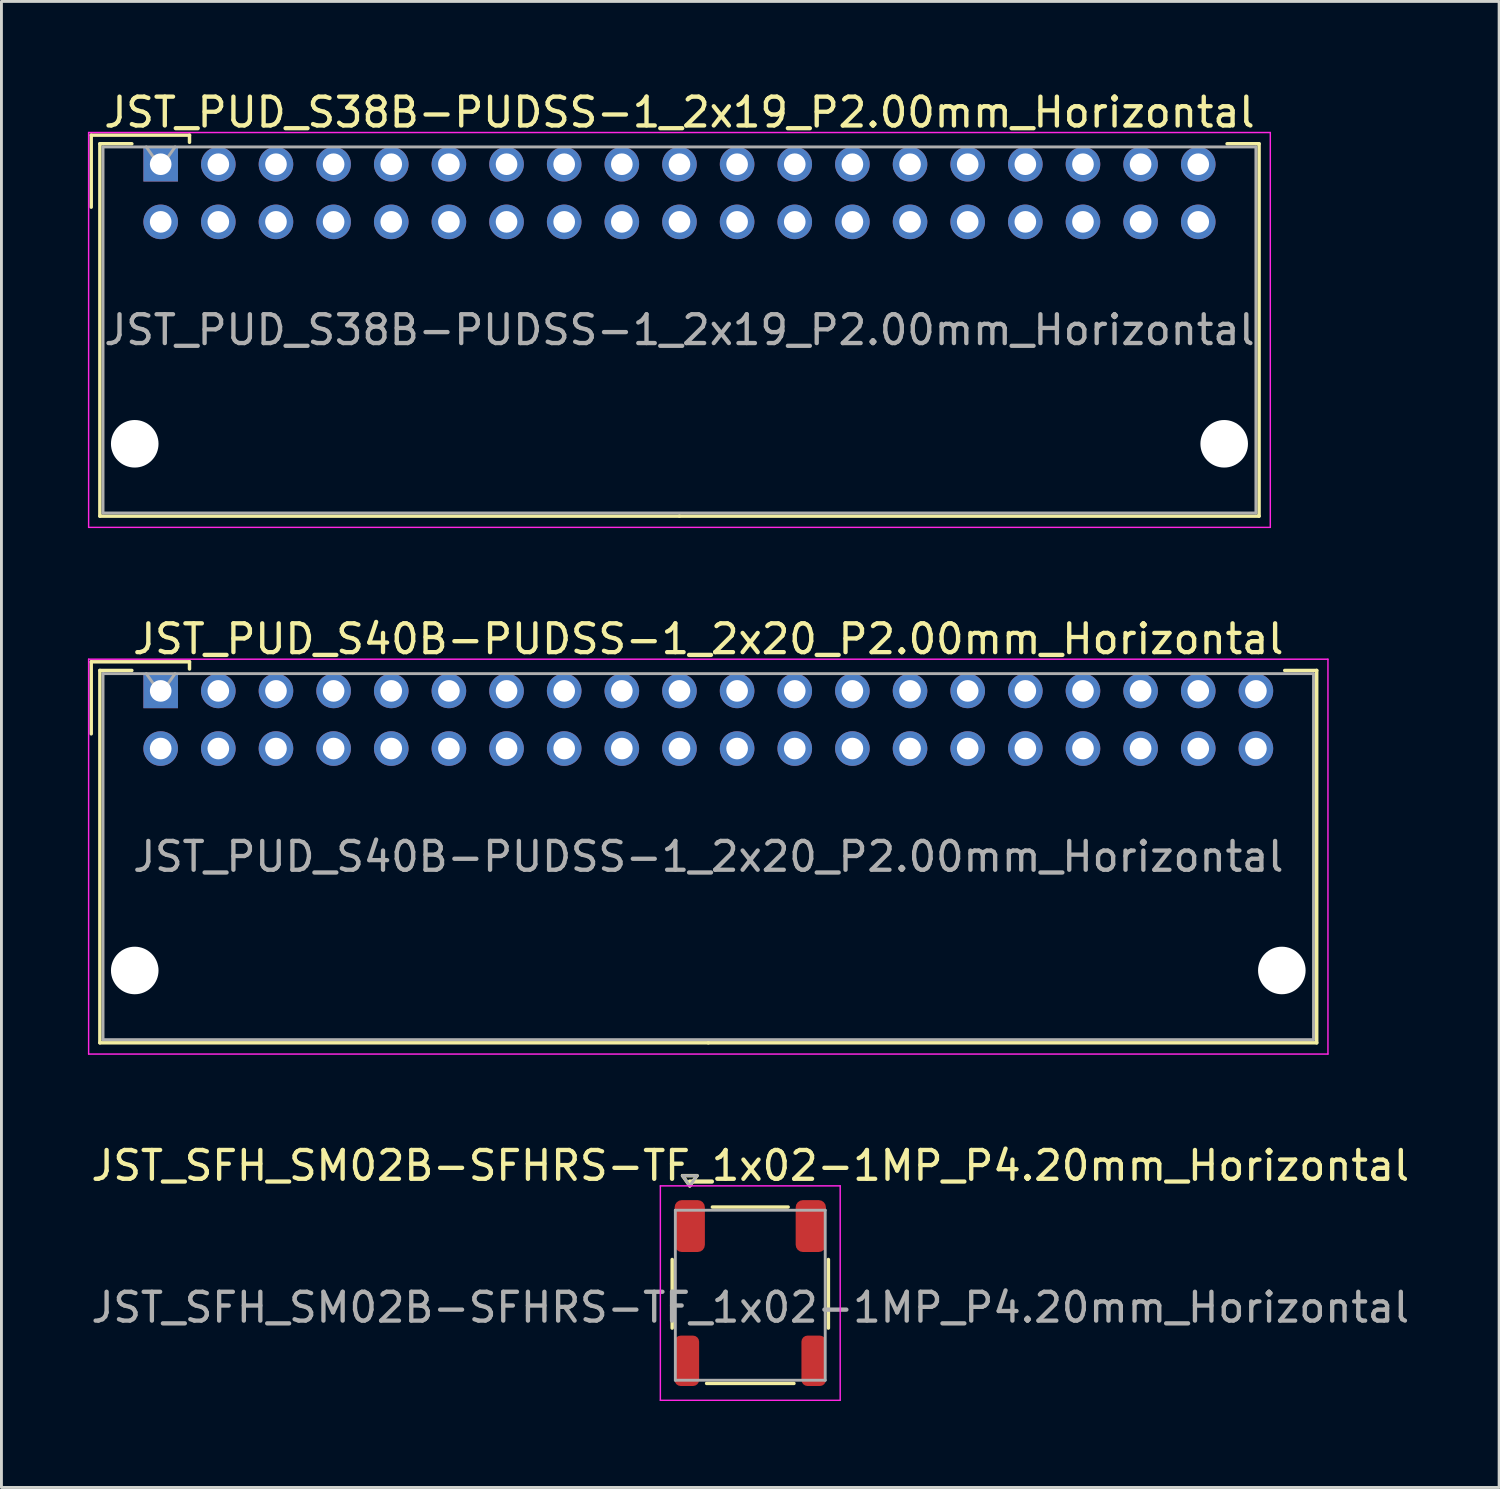
<source format=kicad_pcb>
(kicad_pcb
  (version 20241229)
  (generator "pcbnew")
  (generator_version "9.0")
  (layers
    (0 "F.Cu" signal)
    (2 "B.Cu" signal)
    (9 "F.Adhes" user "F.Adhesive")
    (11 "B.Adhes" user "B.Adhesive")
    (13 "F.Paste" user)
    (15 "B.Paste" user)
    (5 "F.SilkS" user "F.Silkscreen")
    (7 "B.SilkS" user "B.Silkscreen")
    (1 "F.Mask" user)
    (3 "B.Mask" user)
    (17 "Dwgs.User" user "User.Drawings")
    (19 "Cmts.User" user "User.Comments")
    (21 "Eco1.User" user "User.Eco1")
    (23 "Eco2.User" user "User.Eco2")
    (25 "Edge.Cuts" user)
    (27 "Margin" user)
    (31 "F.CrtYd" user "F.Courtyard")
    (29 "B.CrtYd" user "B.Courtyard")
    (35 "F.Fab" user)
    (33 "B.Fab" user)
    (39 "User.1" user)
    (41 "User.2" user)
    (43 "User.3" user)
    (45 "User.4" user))
  (footprint "JST_SFH_SM02B-SFHRS-TF_1x02-1MP_P4.20mm_Horizontal"
    (layer "F.Cu")
    (at 22.982 41.815)
    (property "Reference" "JST_SFH_SM02B-SFHRS-TF_1x02-1MP_P4.20mm_Horizontal" (at 0 -4.42 0) (layer "F.SilkS") (effects (font (size 1 1) (thickness 0.15))))
    (attr smd)
    (fp_line (start -2.71 -1.165) (end -2.71 1.215) (stroke (width 0.12) (type solid)) (layer "F.SilkS"))
    (fp_line (start -2.35 -4.074) (end -2.1 -3.72) (stroke (width 0.12) (type solid)) (layer "F.SilkS"))
    (fp_line (start -2.1 -3.72) (end -1.85 -4.074) (stroke (width 0.12) (type solid)) (layer "F.SilkS"))
    (fp_line (start -1.85 -4.074) (end -2.35 -4.074) (stroke (width 0.12) (type solid)) (layer "F.SilkS"))
    (fp_line (start -1.515 3.135) (end 1.515 3.135) (stroke (width 0.12) (type solid)) (layer "F.SilkS"))
    (fp_line (start -1.315 -2.985) (end 1.315 -2.985) (stroke (width 0.12) (type solid)) (layer "F.SilkS"))
    (fp_line (start 2.71 -1.165) (end 2.71 1.215) (stroke (width 0.12) (type solid)) (layer "F.SilkS"))
    (fp_line (start -3.12 -3.72) (end -3.12 3.72) (stroke (width 0.05) (type solid)) (layer "F.CrtYd"))
    (fp_line (start -3.12 3.72) (end 3.12 3.72) (stroke (width 0.05) (type solid)) (layer "F.CrtYd"))
    (fp_line (start 3.12 -3.72) (end -3.12 -3.72) (stroke (width 0.05) (type solid)) (layer "F.CrtYd"))
    (fp_line (start 3.12 3.72) (end 3.12 -3.72) (stroke (width 0.05) (type solid)) (layer "F.CrtYd"))
    (fp_line (start -2.6 -2.875) (end -2.6 3.025) (stroke (width 0.1) (type solid)) (layer "F.Fab"))
    (fp_line (start -2.6 -2.875) (end 2.6 -2.875) (stroke (width 0.1) (type solid)) (layer "F.Fab"))
    (fp_line (start -2.6 3.025) (end 2.6 3.025) (stroke (width 0.1) (type solid)) (layer "F.Fab"))
    (fp_line (start -2.35 -4.074) (end -2.1 -3.72) (stroke (width 0.1) (type solid)) (layer "F.Fab"))
    (fp_line (start -2.1 -3.72) (end -1.85 -4.074) (stroke (width 0.1) (type solid)) (layer "F.Fab"))
    (fp_line (start -1.85 -4.074) (end -2.35 -4.074) (stroke (width 0.1) (type solid)) (layer "F.Fab"))
    (fp_line (start 2.6 -2.875) (end 2.6 3.025) (stroke (width 0.1) (type solid)) (layer "F.Fab"))
    (fp_text user "${REFERENCE}" (at 0 0.5 0) (layer "F.Fab") (effects (font (size 1 1) (thickness 0.15))))
    (pad "1" smd roundrect (at -2.1 -2.325) (size 1.05 1.8) (layers "F.Cu" "F.Mask" "F.Paste") (roundrect_rratio 0.238))
    (pad "2" smd roundrect (at 2.1 -2.325) (size 1.05 1.8) (layers "F.Cu" "F.Mask" "F.Paste") (roundrect_rratio 0.238))
    (pad "MP" smd roundrect (at -2.2 2.35) (size 0.85 1.75) (layers "F.Cu" "F.Mask" "F.Paste") (roundrect_rratio 0.25))
    (pad "MP" smd roundrect (at 2.2 2.35) (size 0.85 1.75) (layers "F.Cu" "F.Mask" "F.Paste") (roundrect_rratio 0.25)))
  (footprint "JST_PUD_S40B-PUDSS-1_2x20_P2.00mm_Horizontal"
    (layer "F.Cu")
    (at 2.525 20.922)
    (property "Reference" "JST_PUD_S40B-PUDSS-1_2x20_P2.00mm_Horizontal" (at 19 -1.8 0) (layer "F.SilkS") (effects (font (size 1 1) (thickness 0.15))))
    (attr through_hole)
    (fp_line (start -2.41 -1.01) (end -2.41 1.49) (stroke (width 0.12) (type solid)) (layer "F.SilkS"))
    (fp_line (start -2.11 -0.71) (end -2.11 12.21) (stroke (width 0.12) (type solid)) (layer "F.SilkS"))
    (fp_line (start -2.11 12.21) (end 19 12.21) (stroke (width 0.12) (type solid)) (layer "F.SilkS"))
    (fp_line (start -1 -0.71) (end -2.11 -0.71) (stroke (width 0.12) (type solid)) (layer "F.SilkS"))
    (fp_line (start 1 -1.01) (end -2.41 -1.01) (stroke (width 0.12) (type solid)) (layer "F.SilkS"))
    (fp_line (start 1 -0.76) (end 1 -1.01) (stroke (width 0.12) (type solid)) (layer "F.SilkS"))
    (fp_line (start 39 -0.71) (end 40.11 -0.71) (stroke (width 0.12) (type solid)) (layer "F.SilkS"))
    (fp_line (start 40.11 -0.71) (end 40.11 12.21) (stroke (width 0.12) (type solid)) (layer "F.SilkS"))
    (fp_line (start 40.11 12.21) (end 19 12.21) (stroke (width 0.12) (type solid)) (layer "F.SilkS"))
    (fp_line (start -2.5 -1.1) (end -2.5 12.6) (stroke (width 0.05) (type solid)) (layer "F.CrtYd"))
    (fp_line (start -2.5 12.6) (end 40.5 12.6) (stroke (width 0.05) (type solid)) (layer "F.CrtYd"))
    (fp_line (start 40.5 -1.1) (end -2.5 -1.1) (stroke (width 0.05) (type solid)) (layer "F.CrtYd"))
    (fp_line (start 40.5 12.6) (end 40.5 -1.1) (stroke (width 0.05) (type solid)) (layer "F.CrtYd"))
    (fp_line (start -2 -0.6) (end -2 12.1) (stroke (width 0.1) (type solid)) (layer "F.Fab"))
    (fp_line (start -2 12.1) (end 40 12.1) (stroke (width 0.1) (type solid)) (layer "F.Fab"))
    (fp_line (start 0 0.107) (end -0.5 -0.6) (stroke (width 0.1) (type solid)) (layer "F.Fab"))
    (fp_line (start 0.5 -0.6) (end 0 0.107) (stroke (width 0.1) (type solid)) (layer "F.Fab"))
    (fp_line (start 40 -0.6) (end -2 -0.6) (stroke (width 0.1) (type solid)) (layer "F.Fab"))
    (fp_line (start 40 12.1) (end 40 -0.6) (stroke (width 0.1) (type solid)) (layer "F.Fab"))
    (fp_text user "${REFERENCE}" (at 19 5.75 0) (layer "F.Fab") (effects (font (size 1 1) (thickness 0.15))))
    (pad "" np_thru_hole circle (at -0.9 9.7) (size 1.65 1.65) (drill 1.65) (layers "*.Cu" "*.Mask"))
    (pad "" np_thru_hole circle (at 38.9 9.7) (size 1.65 1.65) (drill 1.65) (layers "*.Cu" "*.Mask"))
    (pad "1" thru_hole rect (at 0 0) (size 1.2 1.2) (drill 0.75) (layers "*.Cu" "*.Mask"))
    (pad "2" thru_hole oval (at 0 2) (size 1.2 1.2) (drill 0.75) (layers "*.Cu" "*.Mask"))
    (pad "3" thru_hole oval (at 2 0) (size 1.2 1.2) (drill 0.75) (layers "*.Cu" "*.Mask"))
    (pad "4" thru_hole oval (at 2 2) (size 1.2 1.2) (drill 0.75) (layers "*.Cu" "*.Mask"))
    (pad "5" thru_hole oval (at 4 0) (size 1.2 1.2) (drill 0.75) (layers "*.Cu" "*.Mask"))
    (pad "6" thru_hole oval (at 4 2) (size 1.2 1.2) (drill 0.75) (layers "*.Cu" "*.Mask"))
    (pad "7" thru_hole oval (at 6 0) (size 1.2 1.2) (drill 0.75) (layers "*.Cu" "*.Mask"))
    (pad "8" thru_hole oval (at 6 2) (size 1.2 1.2) (drill 0.75) (layers "*.Cu" "*.Mask"))
    (pad "9" thru_hole oval (at 8 0) (size 1.2 1.2) (drill 0.75) (layers "*.Cu" "*.Mask"))
    (pad "10" thru_hole oval (at 8 2) (size 1.2 1.2) (drill 0.75) (layers "*.Cu" "*.Mask"))
    (pad "11" thru_hole oval (at 10 0) (size 1.2 1.2) (drill 0.75) (layers "*.Cu" "*.Mask"))
    (pad "12" thru_hole oval (at 10 2) (size 1.2 1.2) (drill 0.75) (layers "*.Cu" "*.Mask"))
    (pad "13" thru_hole oval (at 12 0) (size 1.2 1.2) (drill 0.75) (layers "*.Cu" "*.Mask"))
    (pad "14" thru_hole oval (at 12 2) (size 1.2 1.2) (drill 0.75) (layers "*.Cu" "*.Mask"))
    (pad "15" thru_hole oval (at 14 0) (size 1.2 1.2) (drill 0.75) (layers "*.Cu" "*.Mask"))
    (pad "16" thru_hole oval (at 14 2) (size 1.2 1.2) (drill 0.75) (layers "*.Cu" "*.Mask"))
    (pad "17" thru_hole oval (at 16 0) (size 1.2 1.2) (drill 0.75) (layers "*.Cu" "*.Mask"))
    (pad "18" thru_hole oval (at 16 2) (size 1.2 1.2) (drill 0.75) (layers "*.Cu" "*.Mask"))
    (pad "19" thru_hole oval (at 18 0) (size 1.2 1.2) (drill 0.75) (layers "*.Cu" "*.Mask"))
    (pad "20" thru_hole oval (at 18 2) (size 1.2 1.2) (drill 0.75) (layers "*.Cu" "*.Mask"))
    (pad "21" thru_hole oval (at 20 0) (size 1.2 1.2) (drill 0.75) (layers "*.Cu" "*.Mask"))
    (pad "22" thru_hole oval (at 20 2) (size 1.2 1.2) (drill 0.75) (layers "*.Cu" "*.Mask"))
    (pad "23" thru_hole oval (at 22 0) (size 1.2 1.2) (drill 0.75) (layers "*.Cu" "*.Mask"))
    (pad "24" thru_hole oval (at 22 2) (size 1.2 1.2) (drill 0.75) (layers "*.Cu" "*.Mask"))
    (pad "25" thru_hole oval (at 24 0) (size 1.2 1.2) (drill 0.75) (layers "*.Cu" "*.Mask"))
    (pad "26" thru_hole oval (at 24 2) (size 1.2 1.2) (drill 0.75) (layers "*.Cu" "*.Mask"))
    (pad "27" thru_hole oval (at 26 0) (size 1.2 1.2) (drill 0.75) (layers "*.Cu" "*.Mask"))
    (pad "28" thru_hole oval (at 26 2) (size 1.2 1.2) (drill 0.75) (layers "*.Cu" "*.Mask"))
    (pad "29" thru_hole oval (at 28 0) (size 1.2 1.2) (drill 0.75) (layers "*.Cu" "*.Mask"))
    (pad "30" thru_hole oval (at 28 2) (size 1.2 1.2) (drill 0.75) (layers "*.Cu" "*.Mask"))
    (pad "31" thru_hole oval (at 30 0) (size 1.2 1.2) (drill 0.75) (layers "*.Cu" "*.Mask"))
    (pad "32" thru_hole oval (at 30 2) (size 1.2 1.2) (drill 0.75) (layers "*.Cu" "*.Mask"))
    (pad "33" thru_hole oval (at 32 0) (size 1.2 1.2) (drill 0.75) (layers "*.Cu" "*.Mask"))
    (pad "34" thru_hole oval (at 32 2) (size 1.2 1.2) (drill 0.75) (layers "*.Cu" "*.Mask"))
    (pad "35" thru_hole oval (at 34 0) (size 1.2 1.2) (drill 0.75) (layers "*.Cu" "*.Mask"))
    (pad "36" thru_hole oval (at 34 2) (size 1.2 1.2) (drill 0.75) (layers "*.Cu" "*.Mask"))
    (pad "37" thru_hole oval (at 36 0) (size 1.2 1.2) (drill 0.75) (layers "*.Cu" "*.Mask"))
    (pad "38" thru_hole oval (at 36 2) (size 1.2 1.2) (drill 0.75) (layers "*.Cu" "*.Mask"))
    (pad "39" thru_hole oval (at 38 0) (size 1.2 1.2) (drill 0.75) (layers "*.Cu" "*.Mask"))
    (pad "40" thru_hole oval (at 38 2) (size 1.2 1.2) (drill 0.75) (layers "*.Cu" "*.Mask")))
  (footprint "JST_PUD_S38B-PUDSS-1_2x19_P2.00mm_Horizontal"
    (layer "F.Cu")
    (at 2.525 2.648)
    (property "Reference" "JST_PUD_S38B-PUDSS-1_2x19_P2.00mm_Horizontal" (at 18 -1.8 0) (layer "F.SilkS") (effects (font (size 1 1) (thickness 0.15))))
    (attr through_hole)
    (fp_line (start -2.41 -1.01) (end -2.41 1.49) (stroke (width 0.12) (type solid)) (layer "F.SilkS"))
    (fp_line (start -2.11 -0.71) (end -2.11 12.21) (stroke (width 0.12) (type solid)) (layer "F.SilkS"))
    (fp_line (start -2.11 12.21) (end 18 12.21) (stroke (width 0.12) (type solid)) (layer "F.SilkS"))
    (fp_line (start -1 -0.71) (end -2.11 -0.71) (stroke (width 0.12) (type solid)) (layer "F.SilkS"))
    (fp_line (start 1 -1.01) (end -2.41 -1.01) (stroke (width 0.12) (type solid)) (layer "F.SilkS"))
    (fp_line (start 1 -0.76) (end 1 -1.01) (stroke (width 0.12) (type solid)) (layer "F.SilkS"))
    (fp_line (start 37 -0.71) (end 38.11 -0.71) (stroke (width 0.12) (type solid)) (layer "F.SilkS"))
    (fp_line (start 38.11 -0.71) (end 38.11 12.21) (stroke (width 0.12) (type solid)) (layer "F.SilkS"))
    (fp_line (start 38.11 12.21) (end 18 12.21) (stroke (width 0.12) (type solid)) (layer "F.SilkS"))
    (fp_line (start -2.5 -1.1) (end -2.5 12.6) (stroke (width 0.05) (type solid)) (layer "F.CrtYd"))
    (fp_line (start -2.5 12.6) (end 38.5 12.6) (stroke (width 0.05) (type solid)) (layer "F.CrtYd"))
    (fp_line (start 38.5 -1.1) (end -2.5 -1.1) (stroke (width 0.05) (type solid)) (layer "F.CrtYd"))
    (fp_line (start 38.5 12.6) (end 38.5 -1.1) (stroke (width 0.05) (type solid)) (layer "F.CrtYd"))
    (fp_line (start -2 -0.6) (end -2 12.1) (stroke (width 0.1) (type solid)) (layer "F.Fab"))
    (fp_line (start -2 12.1) (end 38 12.1) (stroke (width 0.1) (type solid)) (layer "F.Fab"))
    (fp_line (start 0 0.107) (end -0.5 -0.6) (stroke (width 0.1) (type solid)) (layer "F.Fab"))
    (fp_line (start 0.5 -0.6) (end 0 0.107) (stroke (width 0.1) (type solid)) (layer "F.Fab"))
    (fp_line (start 38 -0.6) (end -2 -0.6) (stroke (width 0.1) (type solid)) (layer "F.Fab"))
    (fp_line (start 38 12.1) (end 38 -0.6) (stroke (width 0.1) (type solid)) (layer "F.Fab"))
    (fp_text user "${REFERENCE}" (at 18 5.75 0) (layer "F.Fab") (effects (font (size 1 1) (thickness 0.15))))
    (pad "" np_thru_hole circle (at -0.9 9.7) (size 1.65 1.65) (drill 1.65) (layers "*.Cu" "*.Mask"))
    (pad "" np_thru_hole circle (at 36.9 9.7) (size 1.65 1.65) (drill 1.65) (layers "*.Cu" "*.Mask"))
    (pad "1" thru_hole rect (at 0 0) (size 1.2 1.2) (drill 0.75) (layers "*.Cu" "*.Mask"))
    (pad "2" thru_hole oval (at 0 2) (size 1.2 1.2) (drill 0.75) (layers "*.Cu" "*.Mask"))
    (pad "3" thru_hole oval (at 2 0) (size 1.2 1.2) (drill 0.75) (layers "*.Cu" "*.Mask"))
    (pad "4" thru_hole oval (at 2 2) (size 1.2 1.2) (drill 0.75) (layers "*.Cu" "*.Mask"))
    (pad "5" thru_hole oval (at 4 0) (size 1.2 1.2) (drill 0.75) (layers "*.Cu" "*.Mask"))
    (pad "6" thru_hole oval (at 4 2) (size 1.2 1.2) (drill 0.75) (layers "*.Cu" "*.Mask"))
    (pad "7" thru_hole oval (at 6 0) (size 1.2 1.2) (drill 0.75) (layers "*.Cu" "*.Mask"))
    (pad "8" thru_hole oval (at 6 2) (size 1.2 1.2) (drill 0.75) (layers "*.Cu" "*.Mask"))
    (pad "9" thru_hole oval (at 8 0) (size 1.2 1.2) (drill 0.75) (layers "*.Cu" "*.Mask"))
    (pad "10" thru_hole oval (at 8 2) (size 1.2 1.2) (drill 0.75) (layers "*.Cu" "*.Mask"))
    (pad "11" thru_hole oval (at 10 0) (size 1.2 1.2) (drill 0.75) (layers "*.Cu" "*.Mask"))
    (pad "12" thru_hole oval (at 10 2) (size 1.2 1.2) (drill 0.75) (layers "*.Cu" "*.Mask"))
    (pad "13" thru_hole oval (at 12 0) (size 1.2 1.2) (drill 0.75) (layers "*.Cu" "*.Mask"))
    (pad "14" thru_hole oval (at 12 2) (size 1.2 1.2) (drill 0.75) (layers "*.Cu" "*.Mask"))
    (pad "15" thru_hole oval (at 14 0) (size 1.2 1.2) (drill 0.75) (layers "*.Cu" "*.Mask"))
    (pad "16" thru_hole oval (at 14 2) (size 1.2 1.2) (drill 0.75) (layers "*.Cu" "*.Mask"))
    (pad "17" thru_hole oval (at 16 0) (size 1.2 1.2) (drill 0.75) (layers "*.Cu" "*.Mask"))
    (pad "18" thru_hole oval (at 16 2) (size 1.2 1.2) (drill 0.75) (layers "*.Cu" "*.Mask"))
    (pad "19" thru_hole oval (at 18 0) (size 1.2 1.2) (drill 0.75) (layers "*.Cu" "*.Mask"))
    (pad "20" thru_hole oval (at 18 2) (size 1.2 1.2) (drill 0.75) (layers "*.Cu" "*.Mask"))
    (pad "21" thru_hole oval (at 20 0) (size 1.2 1.2) (drill 0.75) (layers "*.Cu" "*.Mask"))
    (pad "22" thru_hole oval (at 20 2) (size 1.2 1.2) (drill 0.75) (layers "*.Cu" "*.Mask"))
    (pad "23" thru_hole oval (at 22 0) (size 1.2 1.2) (drill 0.75) (layers "*.Cu" "*.Mask"))
    (pad "24" thru_hole oval (at 22 2) (size 1.2 1.2) (drill 0.75) (layers "*.Cu" "*.Mask"))
    (pad "25" thru_hole oval (at 24 0) (size 1.2 1.2) (drill 0.75) (layers "*.Cu" "*.Mask"))
    (pad "26" thru_hole oval (at 24 2) (size 1.2 1.2) (drill 0.75) (layers "*.Cu" "*.Mask"))
    (pad "27" thru_hole oval (at 26 0) (size 1.2 1.2) (drill 0.75) (layers "*.Cu" "*.Mask"))
    (pad "28" thru_hole oval (at 26 2) (size 1.2 1.2) (drill 0.75) (layers "*.Cu" "*.Mask"))
    (pad "29" thru_hole oval (at 28 0) (size 1.2 1.2) (drill 0.75) (layers "*.Cu" "*.Mask"))
    (pad "30" thru_hole oval (at 28 2) (size 1.2 1.2) (drill 0.75) (layers "*.Cu" "*.Mask"))
    (pad "31" thru_hole oval (at 30 0) (size 1.2 1.2) (drill 0.75) (layers "*.Cu" "*.Mask"))
    (pad "32" thru_hole oval (at 30 2) (size 1.2 1.2) (drill 0.75) (layers "*.Cu" "*.Mask"))
    (pad "33" thru_hole oval (at 32 0) (size 1.2 1.2) (drill 0.75) (layers "*.Cu" "*.Mask"))
    (pad "34" thru_hole oval (at 32 2) (size 1.2 1.2) (drill 0.75) (layers "*.Cu" "*.Mask"))
    (pad "35" thru_hole oval (at 34 0) (size 1.2 1.2) (drill 0.75) (layers "*.Cu" "*.Mask"))
    (pad "36" thru_hole oval (at 34 2) (size 1.2 1.2) (drill 0.75) (layers "*.Cu" "*.Mask"))
    (pad "37" thru_hole oval (at 36 0) (size 1.2 1.2) (drill 0.75) (layers "*.Cu" "*.Mask"))
    (pad "38" thru_hole oval (at 36 2) (size 1.2 1.2) (drill 0.75) (layers "*.Cu" "*.Mask")))
  (gr_rect
    (start -3 -3)
    (end 48.964 48.56)
    (stroke (width 0.1) (type default))
    (fill no)
    (layer "Edge.Cuts")))
</source>
